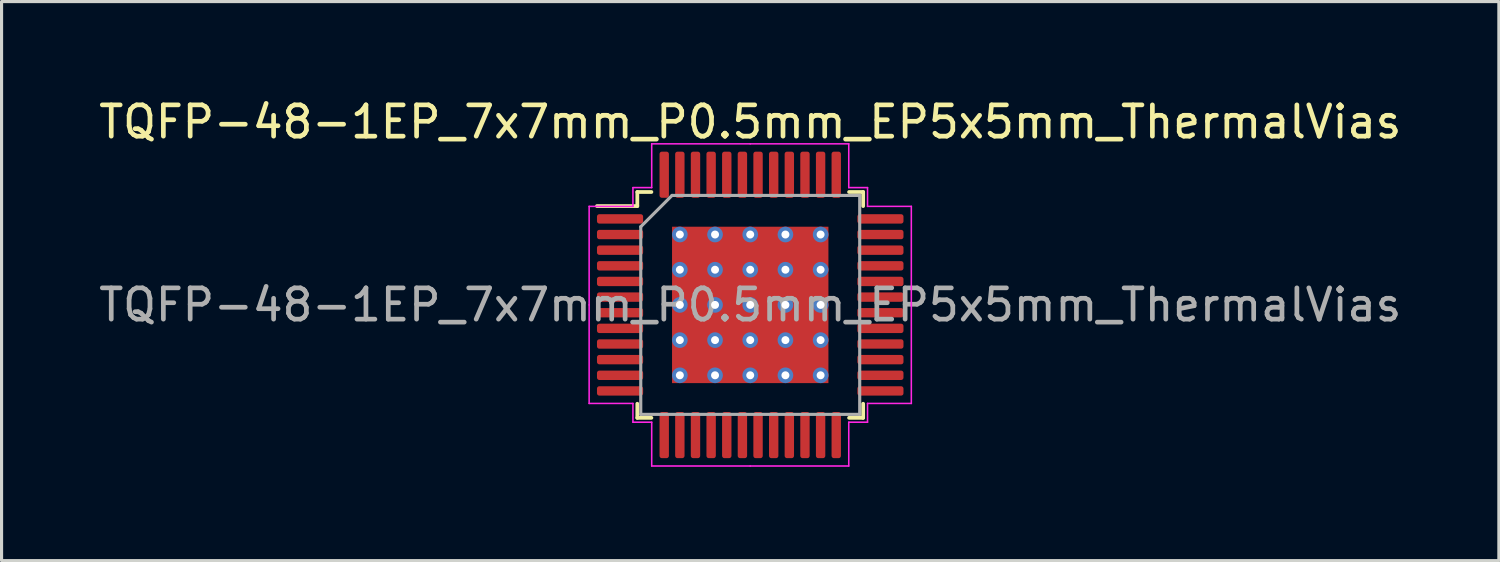
<source format=kicad_pcb>
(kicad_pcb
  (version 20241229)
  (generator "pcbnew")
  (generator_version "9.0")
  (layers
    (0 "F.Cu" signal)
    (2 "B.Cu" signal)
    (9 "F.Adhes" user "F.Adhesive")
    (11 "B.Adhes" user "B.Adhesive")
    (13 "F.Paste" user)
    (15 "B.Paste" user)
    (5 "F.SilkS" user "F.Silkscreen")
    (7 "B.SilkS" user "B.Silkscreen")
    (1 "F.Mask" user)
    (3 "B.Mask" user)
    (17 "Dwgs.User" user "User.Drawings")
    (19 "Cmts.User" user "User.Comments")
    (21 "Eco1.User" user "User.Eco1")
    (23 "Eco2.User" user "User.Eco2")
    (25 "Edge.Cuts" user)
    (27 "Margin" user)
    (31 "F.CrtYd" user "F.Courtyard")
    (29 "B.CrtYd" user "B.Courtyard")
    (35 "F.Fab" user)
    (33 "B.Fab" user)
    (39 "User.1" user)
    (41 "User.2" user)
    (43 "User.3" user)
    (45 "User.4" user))
  (footprint "TQFP-48-1EP_7x7mm_P0.5mm_EP5x5mm_ThermalVias"
    (layer "F.Cu")
    (at 20.935 6.698)
    (property "Reference" "TQFP-48-1EP_7x7mm_P0.5mm_EP5x5mm_ThermalVias" (at 0 -5.85 0) (layer "F.SilkS") (effects (font (size 1 1) (thickness 0.15))))
    (attr smd)
    (fp_line (start -3.61 -3.61) (end -3.61 -3.16) (stroke (width 0.12) (type solid)) (layer "F.SilkS"))
    (fp_line (start -3.61 -3.16) (end -4.9 -3.16) (stroke (width 0.12) (type solid)) (layer "F.SilkS"))
    (fp_line (start -3.61 3.61) (end -3.61 3.16) (stroke (width 0.12) (type solid)) (layer "F.SilkS"))
    (fp_line (start -3.16 -3.61) (end -3.61 -3.61) (stroke (width 0.12) (type solid)) (layer "F.SilkS"))
    (fp_line (start -3.16 3.61) (end -3.61 3.61) (stroke (width 0.12) (type solid)) (layer "F.SilkS"))
    (fp_line (start 3.16 -3.61) (end 3.61 -3.61) (stroke (width 0.12) (type solid)) (layer "F.SilkS"))
    (fp_line (start 3.16 3.61) (end 3.61 3.61) (stroke (width 0.12) (type solid)) (layer "F.SilkS"))
    (fp_line (start 3.61 -3.61) (end 3.61 -3.16) (stroke (width 0.12) (type solid)) (layer "F.SilkS"))
    (fp_line (start 3.61 3.61) (end 3.61 3.16) (stroke (width 0.12) (type solid)) (layer "F.SilkS"))
    (fp_line (start -5.15 -3.15) (end -5.15 0) (stroke (width 0.05) (type solid)) (layer "F.CrtYd"))
    (fp_line (start -5.15 3.15) (end -5.15 0) (stroke (width 0.05) (type solid)) (layer "F.CrtYd"))
    (fp_line (start -3.75 -3.75) (end -3.75 -3.15) (stroke (width 0.05) (type solid)) (layer "F.CrtYd"))
    (fp_line (start -3.75 -3.15) (end -5.15 -3.15) (stroke (width 0.05) (type solid)) (layer "F.CrtYd"))
    (fp_line (start -3.75 3.15) (end -5.15 3.15) (stroke (width 0.05) (type solid)) (layer "F.CrtYd"))
    (fp_line (start -3.75 3.75) (end -3.75 3.15) (stroke (width 0.05) (type solid)) (layer "F.CrtYd"))
    (fp_line (start -3.15 -5.15) (end -3.15 -3.75) (stroke (width 0.05) (type solid)) (layer "F.CrtYd"))
    (fp_line (start -3.15 -3.75) (end -3.75 -3.75) (stroke (width 0.05) (type solid)) (layer "F.CrtYd"))
    (fp_line (start -3.15 3.75) (end -3.75 3.75) (stroke (width 0.05) (type solid)) (layer "F.CrtYd"))
    (fp_line (start -3.15 5.15) (end -3.15 3.75) (stroke (width 0.05) (type solid)) (layer "F.CrtYd"))
    (fp_line (start 0 -5.15) (end -3.15 -5.15) (stroke (width 0.05) (type solid)) (layer "F.CrtYd"))
    (fp_line (start 0 -5.15) (end 3.15 -5.15) (stroke (width 0.05) (type solid)) (layer "F.CrtYd"))
    (fp_line (start 0 5.15) (end -3.15 5.15) (stroke (width 0.05) (type solid)) (layer "F.CrtYd"))
    (fp_line (start 0 5.15) (end 3.15 5.15) (stroke (width 0.05) (type solid)) (layer "F.CrtYd"))
    (fp_line (start 3.15 -5.15) (end 3.15 -3.75) (stroke (width 0.05) (type solid)) (layer "F.CrtYd"))
    (fp_line (start 3.15 -3.75) (end 3.75 -3.75) (stroke (width 0.05) (type solid)) (layer "F.CrtYd"))
    (fp_line (start 3.15 3.75) (end 3.75 3.75) (stroke (width 0.05) (type solid)) (layer "F.CrtYd"))
    (fp_line (start 3.15 5.15) (end 3.15 3.75) (stroke (width 0.05) (type solid)) (layer "F.CrtYd"))
    (fp_line (start 3.75 -3.75) (end 3.75 -3.15) (stroke (width 0.05) (type solid)) (layer "F.CrtYd"))
    (fp_line (start 3.75 -3.15) (end 5.15 -3.15) (stroke (width 0.05) (type solid)) (layer "F.CrtYd"))
    (fp_line (start 3.75 3.15) (end 5.15 3.15) (stroke (width 0.05) (type solid)) (layer "F.CrtYd"))
    (fp_line (start 3.75 3.75) (end 3.75 3.15) (stroke (width 0.05) (type solid)) (layer "F.CrtYd"))
    (fp_line (start 5.15 -3.15) (end 5.15 0) (stroke (width 0.05) (type solid)) (layer "F.CrtYd"))
    (fp_line (start 5.15 3.15) (end 5.15 0) (stroke (width 0.05) (type solid)) (layer "F.CrtYd"))
    (fp_line (start -3.5 -2.5) (end -2.5 -3.5) (stroke (width 0.1) (type solid)) (layer "F.Fab"))
    (fp_line (start -3.5 3.5) (end -3.5 -2.5) (stroke (width 0.1) (type solid)) (layer "F.Fab"))
    (fp_line (start -2.5 -3.5) (end 3.5 -3.5) (stroke (width 0.1) (type solid)) (layer "F.Fab"))
    (fp_line (start 3.5 -3.5) (end 3.5 3.5) (stroke (width 0.1) (type solid)) (layer "F.Fab"))
    (fp_line (start 3.5 3.5) (end -3.5 3.5) (stroke (width 0.1) (type solid)) (layer "F.Fab"))
    (fp_text user "${REFERENCE}" (at 0 0 0) (layer "F.Fab") (effects (font (size 1 1) (thickness 0.15))))
    (pad "" smd custom (at -1.688 -1.688) (size 0.891 0.891) (layers "F.Paste") (options (anchor circle)) (primitives (gr_poly (pts (xy 0.387 -0.29) (xy 0.387 0.29) (xy 0.29 0.387) (xy -0.29 0.387) (xy -0.387 0.29) (xy -0.387 -0.29) (xy -0.29 -0.387) (xy 0.29 -0.387)) (width 0.234) (fill yes))))
    (pad "" smd custom (at -1.688 -0.562) (size 0.891 0.891) (layers "F.Paste") (options (anchor circle)) (primitives (gr_poly (pts (xy 0.387 -0.29) (xy 0.387 0.29) (xy 0.29 0.387) (xy -0.29 0.387) (xy -0.387 0.29) (xy -0.387 -0.29) (xy -0.29 -0.387) (xy 0.29 -0.387)) (width 0.234) (fill yes))))
    (pad "" smd custom (at -1.688 0.562) (size 0.891 0.891) (layers "F.Paste") (options (anchor circle)) (primitives (gr_poly (pts (xy 0.387 -0.29) (xy 0.387 0.29) (xy 0.29 0.387) (xy -0.29 0.387) (xy -0.387 0.29) (xy -0.387 -0.29) (xy -0.29 -0.387) (xy 0.29 -0.387)) (width 0.234) (fill yes))))
    (pad "" smd custom (at -1.688 1.688) (size 0.891 0.891) (layers "F.Paste") (options (anchor circle)) (primitives (gr_poly (pts (xy 0.387 -0.29) (xy 0.387 0.29) (xy 0.29 0.387) (xy -0.29 0.387) (xy -0.387 0.29) (xy -0.387 -0.29) (xy -0.29 -0.387) (xy 0.29 -0.387)) (width 0.234) (fill yes))))
    (pad "" smd custom (at -0.562 -1.688) (size 0.891 0.891) (layers "F.Paste") (options (anchor circle)) (primitives (gr_poly (pts (xy 0.387 -0.29) (xy 0.387 0.29) (xy 0.29 0.387) (xy -0.29 0.387) (xy -0.387 0.29) (xy -0.387 -0.29) (xy -0.29 -0.387) (xy 0.29 -0.387)) (width 0.234) (fill yes))))
    (pad "" smd custom (at -0.562 -0.562) (size 0.891 0.891) (layers "F.Paste") (options (anchor circle)) (primitives (gr_poly (pts (xy 0.387 -0.29) (xy 0.387 0.29) (xy 0.29 0.387) (xy -0.29 0.387) (xy -0.387 0.29) (xy -0.387 -0.29) (xy -0.29 -0.387) (xy 0.29 -0.387)) (width 0.234) (fill yes))))
    (pad "" smd custom (at -0.562 0.562) (size 0.891 0.891) (layers "F.Paste") (options (anchor circle)) (primitives (gr_poly (pts (xy 0.387 -0.29) (xy 0.387 0.29) (xy 0.29 0.387) (xy -0.29 0.387) (xy -0.387 0.29) (xy -0.387 -0.29) (xy -0.29 -0.387) (xy 0.29 -0.387)) (width 0.234) (fill yes))))
    (pad "" smd custom (at -0.562 1.688) (size 0.891 0.891) (layers "F.Paste") (options (anchor circle)) (primitives (gr_poly (pts (xy 0.387 -0.29) (xy 0.387 0.29) (xy 0.29 0.387) (xy -0.29 0.387) (xy -0.387 0.29) (xy -0.387 -0.29) (xy -0.29 -0.387) (xy 0.29 -0.387)) (width 0.234) (fill yes))))
    (pad "" smd custom (at 0.562 -1.688) (size 0.891 0.891) (layers "F.Paste") (options (anchor circle)) (primitives (gr_poly (pts (xy 0.387 -0.29) (xy 0.387 0.29) (xy 0.29 0.387) (xy -0.29 0.387) (xy -0.387 0.29) (xy -0.387 -0.29) (xy -0.29 -0.387) (xy 0.29 -0.387)) (width 0.234) (fill yes))))
    (pad "" smd custom (at 0.562 -0.562) (size 0.891 0.891) (layers "F.Paste") (options (anchor circle)) (primitives (gr_poly (pts (xy 0.387 -0.29) (xy 0.387 0.29) (xy 0.29 0.387) (xy -0.29 0.387) (xy -0.387 0.29) (xy -0.387 -0.29) (xy -0.29 -0.387) (xy 0.29 -0.387)) (width 0.234) (fill yes))))
    (pad "" smd custom (at 0.562 0.562) (size 0.891 0.891) (layers "F.Paste") (options (anchor circle)) (primitives (gr_poly (pts (xy 0.387 -0.29) (xy 0.387 0.29) (xy 0.29 0.387) (xy -0.29 0.387) (xy -0.387 0.29) (xy -0.387 -0.29) (xy -0.29 -0.387) (xy 0.29 -0.387)) (width 0.234) (fill yes))))
    (pad "" smd custom (at 0.562 1.688) (size 0.891 0.891) (layers "F.Paste") (options (anchor circle)) (primitives (gr_poly (pts (xy 0.387 -0.29) (xy 0.387 0.29) (xy 0.29 0.387) (xy -0.29 0.387) (xy -0.387 0.29) (xy -0.387 -0.29) (xy -0.29 -0.387) (xy 0.29 -0.387)) (width 0.234) (fill yes))))
    (pad "" smd custom (at 1.688 -1.688) (size 0.891 0.891) (layers "F.Paste") (options (anchor circle)) (primitives (gr_poly (pts (xy 0.387 -0.29) (xy 0.387 0.29) (xy 0.29 0.387) (xy -0.29 0.387) (xy -0.387 0.29) (xy -0.387 -0.29) (xy -0.29 -0.387) (xy 0.29 -0.387)) (width 0.234) (fill yes))))
    (pad "" smd custom (at 1.688 -0.562) (size 0.891 0.891) (layers "F.Paste") (options (anchor circle)) (primitives (gr_poly (pts (xy 0.387 -0.29) (xy 0.387 0.29) (xy 0.29 0.387) (xy -0.29 0.387) (xy -0.387 0.29) (xy -0.387 -0.29) (xy -0.29 -0.387) (xy 0.29 -0.387)) (width 0.234) (fill yes))))
    (pad "" smd custom (at 1.688 0.562) (size 0.891 0.891) (layers "F.Paste") (options (anchor circle)) (primitives (gr_poly (pts (xy 0.387 -0.29) (xy 0.387 0.29) (xy 0.29 0.387) (xy -0.29 0.387) (xy -0.387 0.29) (xy -0.387 -0.29) (xy -0.29 -0.387) (xy 0.29 -0.387)) (width 0.234) (fill yes))))
    (pad "" smd custom (at 1.688 1.688) (size 0.891 0.891) (layers "F.Paste") (options (anchor circle)) (primitives (gr_poly (pts (xy 0.387 -0.29) (xy 0.387 0.29) (xy 0.29 0.387) (xy -0.29 0.387) (xy -0.387 0.29) (xy -0.387 -0.29) (xy -0.29 -0.387) (xy 0.29 -0.387)) (width 0.234) (fill yes))))
    (pad "1" smd roundrect (at -4.162 -2.75) (size 1.475 0.3) (layers "F.Cu" "F.Mask" "F.Paste") (roundrect_rratio 0.25))
    (pad "2" smd roundrect (at -4.162 -2.25) (size 1.475 0.3) (layers "F.Cu" "F.Mask" "F.Paste") (roundrect_rratio 0.25))
    (pad "3" smd roundrect (at -4.162 -1.75) (size 1.475 0.3) (layers "F.Cu" "F.Mask" "F.Paste") (roundrect_rratio 0.25))
    (pad "4" smd roundrect (at -4.162 -1.25) (size 1.475 0.3) (layers "F.Cu" "F.Mask" "F.Paste") (roundrect_rratio 0.25))
    (pad "5" smd roundrect (at -4.162 -0.75) (size 1.475 0.3) (layers "F.Cu" "F.Mask" "F.Paste") (roundrect_rratio 0.25))
    (pad "6" smd roundrect (at -4.162 -0.25) (size 1.475 0.3) (layers "F.Cu" "F.Mask" "F.Paste") (roundrect_rratio 0.25))
    (pad "7" smd roundrect (at -4.162 0.25) (size 1.475 0.3) (layers "F.Cu" "F.Mask" "F.Paste") (roundrect_rratio 0.25))
    (pad "8" smd roundrect (at -4.162 0.75) (size 1.475 0.3) (layers "F.Cu" "F.Mask" "F.Paste") (roundrect_rratio 0.25))
    (pad "9" smd roundrect (at -4.162 1.25) (size 1.475 0.3) (layers "F.Cu" "F.Mask" "F.Paste") (roundrect_rratio 0.25))
    (pad "10" smd roundrect (at -4.162 1.75) (size 1.475 0.3) (layers "F.Cu" "F.Mask" "F.Paste") (roundrect_rratio 0.25))
    (pad "11" smd roundrect (at -4.162 2.25) (size 1.475 0.3) (layers "F.Cu" "F.Mask" "F.Paste") (roundrect_rratio 0.25))
    (pad "12" smd roundrect (at -4.162 2.75) (size 1.475 0.3) (layers "F.Cu" "F.Mask" "F.Paste") (roundrect_rratio 0.25))
    (pad "13" smd roundrect (at -2.75 4.162) (size 0.3 1.475) (layers "F.Cu" "F.Mask" "F.Paste") (roundrect_rratio 0.25))
    (pad "14" smd roundrect (at -2.25 4.162) (size 0.3 1.475) (layers "F.Cu" "F.Mask" "F.Paste") (roundrect_rratio 0.25))
    (pad "15" smd roundrect (at -1.75 4.162) (size 0.3 1.475) (layers "F.Cu" "F.Mask" "F.Paste") (roundrect_rratio 0.25))
    (pad "16" smd roundrect (at -1.25 4.162) (size 0.3 1.475) (layers "F.Cu" "F.Mask" "F.Paste") (roundrect_rratio 0.25))
    (pad "17" smd roundrect (at -0.75 4.162) (size 0.3 1.475) (layers "F.Cu" "F.Mask" "F.Paste") (roundrect_rratio 0.25))
    (pad "18" smd roundrect (at -0.25 4.162) (size 0.3 1.475) (layers "F.Cu" "F.Mask" "F.Paste") (roundrect_rratio 0.25))
    (pad "19" smd roundrect (at 0.25 4.162) (size 0.3 1.475) (layers "F.Cu" "F.Mask" "F.Paste") (roundrect_rratio 0.25))
    (pad "20" smd roundrect (at 0.75 4.162) (size 0.3 1.475) (layers "F.Cu" "F.Mask" "F.Paste") (roundrect_rratio 0.25))
    (pad "21" smd roundrect (at 1.25 4.162) (size 0.3 1.475) (layers "F.Cu" "F.Mask" "F.Paste") (roundrect_rratio 0.25))
    (pad "22" smd roundrect (at 1.75 4.162) (size 0.3 1.475) (layers "F.Cu" "F.Mask" "F.Paste") (roundrect_rratio 0.25))
    (pad "23" smd roundrect (at 2.25 4.162) (size 0.3 1.475) (layers "F.Cu" "F.Mask" "F.Paste") (roundrect_rratio 0.25))
    (pad "24" smd roundrect (at 2.75 4.162) (size 0.3 1.475) (layers "F.Cu" "F.Mask" "F.Paste") (roundrect_rratio 0.25))
    (pad "25" smd roundrect (at 4.162 2.75) (size 1.475 0.3) (layers "F.Cu" "F.Mask" "F.Paste") (roundrect_rratio 0.25))
    (pad "26" smd roundrect (at 4.162 2.25) (size 1.475 0.3) (layers "F.Cu" "F.Mask" "F.Paste") (roundrect_rratio 0.25))
    (pad "27" smd roundrect (at 4.162 1.75) (size 1.475 0.3) (layers "F.Cu" "F.Mask" "F.Paste") (roundrect_rratio 0.25))
    (pad "28" smd roundrect (at 4.162 1.25) (size 1.475 0.3) (layers "F.Cu" "F.Mask" "F.Paste") (roundrect_rratio 0.25))
    (pad "29" smd roundrect (at 4.162 0.75) (size 1.475 0.3) (layers "F.Cu" "F.Mask" "F.Paste") (roundrect_rratio 0.25))
    (pad "30" smd roundrect (at 4.162 0.25) (size 1.475 0.3) (layers "F.Cu" "F.Mask" "F.Paste") (roundrect_rratio 0.25))
    (pad "31" smd roundrect (at 4.162 -0.25) (size 1.475 0.3) (layers "F.Cu" "F.Mask" "F.Paste") (roundrect_rratio 0.25))
    (pad "32" smd roundrect (at 4.162 -0.75) (size 1.475 0.3) (layers "F.Cu" "F.Mask" "F.Paste") (roundrect_rratio 0.25))
    (pad "33" smd roundrect (at 4.162 -1.25) (size 1.475 0.3) (layers "F.Cu" "F.Mask" "F.Paste") (roundrect_rratio 0.25))
    (pad "34" smd roundrect (at 4.162 -1.75) (size 1.475 0.3) (layers "F.Cu" "F.Mask" "F.Paste") (roundrect_rratio 0.25))
    (pad "35" smd roundrect (at 4.162 -2.25) (size 1.475 0.3) (layers "F.Cu" "F.Mask" "F.Paste") (roundrect_rratio 0.25))
    (pad "36" smd roundrect (at 4.162 -2.75) (size 1.475 0.3) (layers "F.Cu" "F.Mask" "F.Paste") (roundrect_rratio 0.25))
    (pad "37" smd roundrect (at 2.75 -4.162) (size 0.3 1.475) (layers "F.Cu" "F.Mask" "F.Paste") (roundrect_rratio 0.25))
    (pad "38" smd roundrect (at 2.25 -4.162) (size 0.3 1.475) (layers "F.Cu" "F.Mask" "F.Paste") (roundrect_rratio 0.25))
    (pad "39" smd roundrect (at 1.75 -4.162) (size 0.3 1.475) (layers "F.Cu" "F.Mask" "F.Paste") (roundrect_rratio 0.25))
    (pad "40" smd roundrect (at 1.25 -4.162) (size 0.3 1.475) (layers "F.Cu" "F.Mask" "F.Paste") (roundrect_rratio 0.25))
    (pad "41" smd roundrect (at 0.75 -4.162) (size 0.3 1.475) (layers "F.Cu" "F.Mask" "F.Paste") (roundrect_rratio 0.25))
    (pad "42" smd roundrect (at 0.25 -4.162) (size 0.3 1.475) (layers "F.Cu" "F.Mask" "F.Paste") (roundrect_rratio 0.25))
    (pad "43" smd roundrect (at -0.25 -4.162) (size 0.3 1.475) (layers "F.Cu" "F.Mask" "F.Paste") (roundrect_rratio 0.25))
    (pad "44" smd roundrect (at -0.75 -4.162) (size 0.3 1.475) (layers "F.Cu" "F.Mask" "F.Paste") (roundrect_rratio 0.25))
    (pad "45" smd roundrect (at -1.25 -4.162) (size 0.3 1.475) (layers "F.Cu" "F.Mask" "F.Paste") (roundrect_rratio 0.25))
    (pad "46" smd roundrect (at -1.75 -4.162) (size 0.3 1.475) (layers "F.Cu" "F.Mask" "F.Paste") (roundrect_rratio 0.25))
    (pad "47" smd roundrect (at -2.25 -4.162) (size 0.3 1.475) (layers "F.Cu" "F.Mask" "F.Paste") (roundrect_rratio 0.25))
    (pad "48" smd roundrect (at -2.75 -4.162) (size 0.3 1.475) (layers "F.Cu" "F.Mask" "F.Paste") (roundrect_rratio 0.25))
    (pad "49" thru_hole circle (at -2.25 -2.25) (size 0.5 0.5) (drill 0.254) (layers "*.Cu"))
    (pad "49" thru_hole circle (at -2.25 -1.125) (size 0.5 0.5) (drill 0.254) (layers "*.Cu"))
    (pad "49" thru_hole circle (at -2.25 0) (size 0.5 0.5) (drill 0.254) (layers "*.Cu"))
    (pad "49" thru_hole circle (at -2.25 1.125) (size 0.5 0.5) (drill 0.254) (layers "*.Cu"))
    (pad "49" thru_hole circle (at -2.25 2.25) (size 0.5 0.5) (drill 0.254) (layers "*.Cu"))
    (pad "49" thru_hole circle (at -1.125 -2.25) (size 0.5 0.5) (drill 0.254) (layers "*.Cu"))
    (pad "49" thru_hole circle (at -1.125 -1.125) (size 0.5 0.5) (drill 0.254) (layers "*.Cu"))
    (pad "49" thru_hole circle (at -1.125 0) (size 0.5 0.5) (drill 0.254) (layers "*.Cu"))
    (pad "49" thru_hole circle (at -1.125 1.125) (size 0.5 0.5) (drill 0.254) (layers "*.Cu"))
    (pad "49" thru_hole circle (at -1.125 2.25) (size 0.5 0.5) (drill 0.254) (layers "*.Cu"))
    (pad "49" thru_hole circle (at 0 -2.25) (size 0.5 0.5) (drill 0.254) (layers "*.Cu"))
    (pad "49" thru_hole circle (at 0 -1.125) (size 0.5 0.5) (drill 0.254) (layers "*.Cu"))
    (pad "49" thru_hole circle (at 0 0) (size 0.5 0.5) (drill 0.254) (layers "*.Cu"))
    (pad "49" smd rect (at 0 0) (size 5 5) (layers "F.Cu" "F.Mask"))
    (pad "49" thru_hole circle (at 0 1.125) (size 0.5 0.5) (drill 0.254) (layers "*.Cu"))
    (pad "49" thru_hole circle (at 0 2.25) (size 0.5 0.5) (drill 0.254) (layers "*.Cu"))
    (pad "49" thru_hole circle (at 1.125 -2.25) (size 0.5 0.5) (drill 0.254) (layers "*.Cu"))
    (pad "49" thru_hole circle (at 1.125 -1.125) (size 0.5 0.5) (drill 0.254) (layers "*.Cu"))
    (pad "49" thru_hole circle (at 1.125 0) (size 0.5 0.5) (drill 0.254) (layers "*.Cu"))
    (pad "49" thru_hole circle (at 1.125 1.125) (size 0.5 0.5) (drill 0.254) (layers "*.Cu"))
    (pad "49" thru_hole circle (at 1.125 2.25) (size 0.5 0.5) (drill 0.254) (layers "*.Cu"))
    (pad "49" thru_hole circle (at 2.25 -2.25) (size 0.5 0.5) (drill 0.254) (layers "*.Cu"))
    (pad "49" thru_hole circle (at 2.25 -1.125) (size 0.5 0.5) (drill 0.254) (layers "*.Cu"))
    (pad "49" thru_hole circle (at 2.25 0) (size 0.5 0.5) (drill 0.254) (layers "*.Cu"))
    (pad "49" thru_hole circle (at 2.25 1.125) (size 0.5 0.5) (drill 0.254) (layers "*.Cu"))
    (pad "49" thru_hole circle (at 2.25 2.25) (size 0.5 0.5) (drill 0.254) (layers "*.Cu")))
  (gr_rect
    (start -3 -3)
    (end 44.869 14.873)
    (stroke (width 0.1) (type default))
    (fill no)
    (layer "Edge.Cuts")))
</source>
